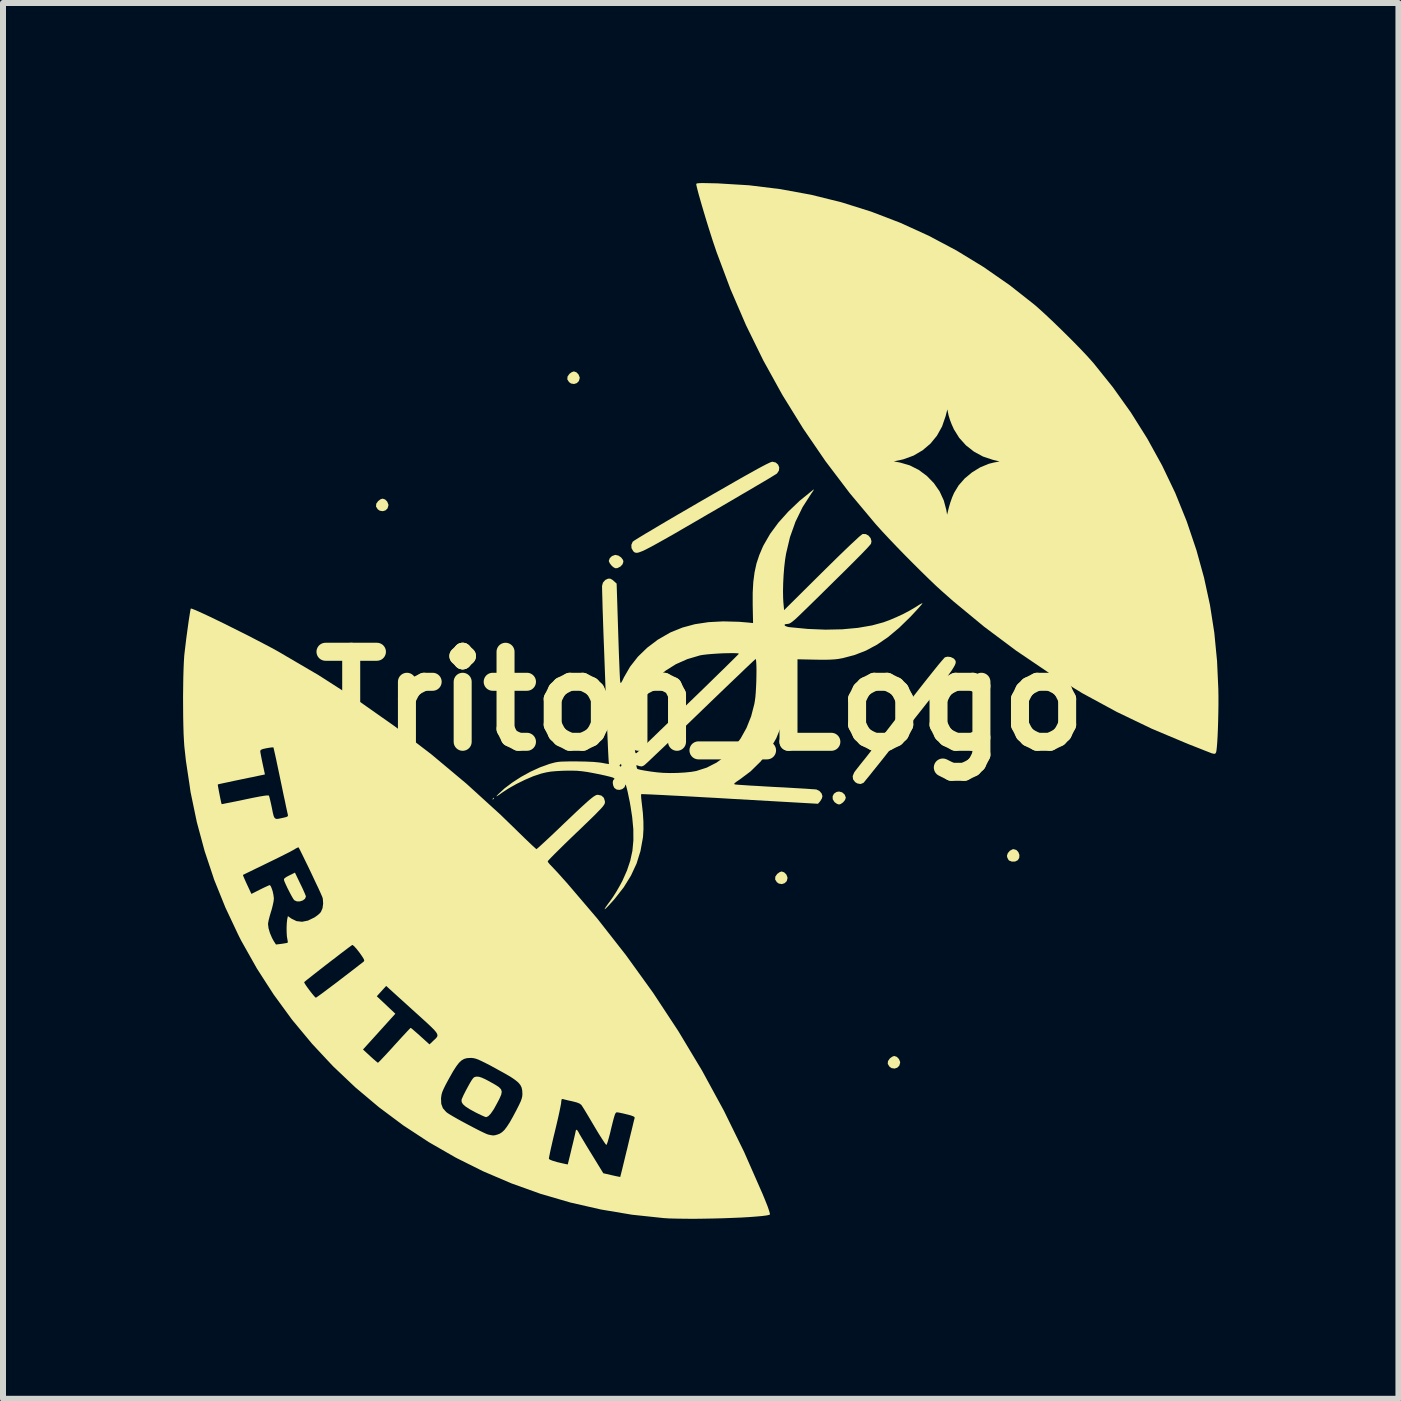
<source format=kicad_pcb>
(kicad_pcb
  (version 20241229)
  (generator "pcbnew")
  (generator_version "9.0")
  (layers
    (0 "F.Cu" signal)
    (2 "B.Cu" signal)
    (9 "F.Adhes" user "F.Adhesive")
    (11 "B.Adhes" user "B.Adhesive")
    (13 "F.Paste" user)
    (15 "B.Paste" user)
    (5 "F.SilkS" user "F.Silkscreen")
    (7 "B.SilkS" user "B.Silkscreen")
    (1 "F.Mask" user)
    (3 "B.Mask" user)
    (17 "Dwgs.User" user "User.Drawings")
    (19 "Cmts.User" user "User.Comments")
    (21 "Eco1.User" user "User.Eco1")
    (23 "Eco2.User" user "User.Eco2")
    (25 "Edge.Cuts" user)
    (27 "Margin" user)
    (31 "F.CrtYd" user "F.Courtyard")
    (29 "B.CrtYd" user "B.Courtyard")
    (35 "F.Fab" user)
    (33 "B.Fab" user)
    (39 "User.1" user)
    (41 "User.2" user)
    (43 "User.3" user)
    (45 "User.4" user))
  (footprint "Triton_Logo"
    (layer "F.Cu")
    (at 8.623 8.631)
    (property "Reference" "Triton_Logo" (at 0 0 0) (layer "F.SilkS") (effects (font (size 1.5 1.5) (thickness 0.3))))
    (attr board_only exclude_from_pos_files exclude_from_bom)
    (fp_poly (pts (xy -3.443 1.62) (xy -3.446 1.626) (xy -3.461 1.641) (xy -3.464 1.642) (xy -3.465 1.632) (xy -3.462 1.626) (xy -3.447 1.61) (xy -3.444 1.61)) (stroke (width 0) (type solid)) (fill yes) (layer "F.SilkS"))
    (fp_poly (pts (xy -5.256 -3.359) (xy -5.221 -3.323) (xy -5.202 -3.275) (xy -5.201 -3.262) (xy -5.215 -3.212) (xy -5.249 -3.178) (xy -5.295 -3.164) (xy -5.345 -3.172) (xy -5.379 -3.195) (xy -5.408 -3.241) (xy -5.404 -3.289) (xy -5.372 -3.333) (xy -5.335 -3.361) (xy -5.301 -3.373) (xy -5.299 -3.373)) (stroke (width 0) (type solid)) (fill yes) (layer "F.SilkS"))
    (fp_poly (pts (xy -2.069 -5.478) (xy -2.034 -5.442) (xy -2.015 -5.394) (xy -2.014 -5.382) (xy -2.028 -5.332) (xy -2.062 -5.298) (xy -2.108 -5.283) (xy -2.158 -5.291) (xy -2.192 -5.315) (xy -2.221 -5.36) (xy -2.217 -5.408) (xy -2.185 -5.453) (xy -2.148 -5.48) (xy -2.114 -5.492) (xy -2.112 -5.493)) (stroke (width 0) (type solid)) (fill yes) (layer "F.SilkS"))
    (fp_poly (pts (xy 1.393 2.854) (xy 1.429 2.89) (xy 1.447 2.937) (xy 1.448 2.95) (xy 1.435 3) (xy 1.4 3.034) (xy 1.354 3.049) (xy 1.304 3.041) (xy 1.27 3.017) (xy 1.242 2.972) (xy 1.245 2.924) (xy 1.277 2.879) (xy 1.314 2.852) (xy 1.348 2.839) (xy 1.35 2.839)) (stroke (width 0) (type solid)) (fill yes) (layer "F.SilkS"))
    (fp_poly (pts (xy 3.27 5.928) (xy 3.305 5.964) (xy 3.324 6.011) (xy 3.325 6.024) (xy 3.311 6.074) (xy 3.277 6.108) (xy 3.231 6.123) (xy 3.181 6.115) (xy 3.147 6.091) (xy 3.118 6.045) (xy 3.122 5.998) (xy 3.154 5.953) (xy 3.191 5.926) (xy 3.225 5.913) (xy 3.227 5.913)) (stroke (width 0) (type solid)) (fill yes) (layer "F.SilkS"))
    (fp_poly (pts (xy 5.261 2.481) (xy 5.294 2.516) (xy 5.312 2.563) (xy 5.309 2.612) (xy 5.285 2.651) (xy 5.241 2.673) (xy 5.188 2.675) (xy 5.142 2.658) (xy 5.131 2.648) (xy 5.11 2.608) (xy 5.104 2.578) (xy 5.118 2.534) (xy 5.152 2.494) (xy 5.196 2.47) (xy 5.215 2.467)) (stroke (width 0) (type solid)) (fill yes) (layer "F.SilkS"))
    (fp_poly (pts (xy 2.359 1.521) (xy 2.399 1.556) (xy 2.418 1.603) (xy 2.419 1.612) (xy 2.405 1.65) (xy 2.373 1.688) (xy 2.334 1.715) (xy 2.305 1.723) (xy 2.272 1.712) (xy 2.234 1.685) (xy 2.23 1.682) (xy 2.201 1.634) (xy 2.2 1.585) (xy 2.222 1.543) (xy 2.265 1.514) (xy 2.307 1.507)) (stroke (width 0) (type solid)) (fill yes) (layer "F.SilkS"))
    (fp_poly (pts (xy -1.367 -2.423) (xy -1.323 -2.392) (xy -1.293 -2.352) (xy -1.286 -2.324) (xy -1.3 -2.28) (xy -1.337 -2.24) (xy -1.386 -2.216) (xy -1.387 -2.215) (xy -1.422 -2.214) (xy -1.454 -2.231) (xy -1.48 -2.254) (xy -1.511 -2.292) (xy -1.528 -2.328) (xy -1.529 -2.337) (xy -1.514 -2.38) (xy -1.477 -2.416) (xy -1.428 -2.434) (xy -1.415 -2.435)) (stroke (width 0) (type solid)) (fill yes) (layer "F.SilkS"))
    (fp_poly (pts (xy -6.668 3.047) (xy -6.633 3.119) (xy -6.605 3.182) (xy -6.585 3.229) (xy -6.576 3.254) (xy -6.576 3.256) (xy -6.591 3.293) (xy -6.627 3.321) (xy -6.675 3.337) (xy -6.725 3.338) (xy -6.766 3.32) (xy -6.774 3.313) (xy -6.793 3.285) (xy -6.821 3.236) (xy -6.853 3.175) (xy -6.886 3.11) (xy -6.914 3.05) (xy -6.934 3.004) (xy -6.939 2.99) (xy -6.942 2.968) (xy -6.93 2.95) (xy -6.899 2.929) (xy -6.855 2.906) (xy -6.759 2.858)) (stroke (width 0) (type solid)) (fill yes) (layer "F.SilkS"))
    (fp_poly (pts (xy -3.695 6.259) (xy -3.652 6.272) (xy -3.595 6.297) (xy -3.517 6.338) (xy -3.503 6.346) (xy -3.418 6.394) (xy -3.359 6.433) (xy -3.325 6.469) (xy -3.313 6.509) (xy -3.322 6.557) (xy -3.35 6.622) (xy -3.388 6.695) (xy -3.445 6.799) (xy -3.495 6.872) (xy -3.537 6.916) (xy -3.572 6.932) (xy -3.575 6.932) (xy -3.597 6.925) (xy -3.641 6.906) (xy -3.7 6.878) (xy -3.756 6.85) (xy -3.851 6.798) (xy -3.918 6.754) (xy -3.96 6.716) (xy -3.981 6.68) (xy -3.983 6.644) (xy -3.983 6.642) (xy -3.971 6.612) (xy -3.948 6.561) (xy -3.915 6.496) (xy -3.88 6.431) (xy -3.84 6.359) (xy -3.81 6.31) (xy -3.788 6.281) (xy -3.768 6.265) (xy -3.747 6.259) (xy -3.729 6.257)) (stroke (width 0) (type solid)) (fill yes) (layer "F.SilkS"))
    (fp_poly (pts (xy 1.252 -3.975) (xy 1.291 -3.94) (xy 1.31 -3.893) (xy 1.305 -3.841) (xy 1.274 -3.793) (xy 1.273 -3.792) (xy 1.255 -3.78) (xy 1.211 -3.753) (xy 1.144 -3.712) (xy 1.055 -3.659) (xy 0.946 -3.595) (xy 0.821 -3.521) (xy 0.68 -3.439) (xy 0.527 -3.349) (xy 0.363 -3.253) (xy 0.191 -3.153) (xy 0.128 -3.117) (xy -0.081 -2.995) (xy -0.264 -2.889) (xy -0.422 -2.797) (xy -0.559 -2.719) (xy -0.675 -2.654) (xy -0.772 -2.6) (xy -0.852 -2.557) (xy -0.918 -2.523) (xy -0.97 -2.499) (xy -1.011 -2.483) (xy -1.043 -2.473) (xy -1.067 -2.47) (xy -1.086 -2.473) (xy -1.101 -2.479) (xy -1.114 -2.489) (xy -1.124 -2.5) (xy -1.151 -2.547) (xy -1.154 -2.603) (xy -1.132 -2.654) (xy -1.128 -2.658) (xy -1.11 -2.671) (xy -1.066 -2.699) (xy -0.998 -2.741) (xy -0.909 -2.795) (xy -0.8 -2.859) (xy -0.675 -2.934) (xy -0.534 -3.017) (xy -0.38 -3.107) (xy -0.216 -3.202) (xy -0.043 -3.303) (xy 0.021 -3.34) (xy 0.236 -3.464) (xy 0.425 -3.572) (xy 0.588 -3.666) (xy 0.729 -3.746) (xy 0.848 -3.812) (xy 0.946 -3.867) (xy 1.026 -3.91) (xy 1.089 -3.943) (xy 1.137 -3.966) (xy 1.17 -3.981) (xy 1.192 -3.987) (xy 1.197 -3.988)) (stroke (width 0) (type solid)) (fill yes) (layer "F.SilkS"))
    (fp_poly (pts (xy 4.166 -0.734) (xy 4.211 -0.713) (xy 4.218 -0.708) (xy 4.232 -0.694) (xy 4.242 -0.68) (xy 4.249 -0.666) (xy 4.251 -0.648) (xy 4.247 -0.625) (xy 4.235 -0.596) (xy 4.214 -0.559) (xy 4.184 -0.511) (xy 4.142 -0.452) (xy 4.089 -0.379) (xy 4.022 -0.291) (xy 3.94 -0.185) (xy 3.843 -0.06) (xy 3.729 0.085) (xy 3.597 0.252) (xy 3.496 0.38) (xy 3.374 0.535) (xy 3.258 0.682) (xy 3.148 0.821) (xy 3.048 0.948) (xy 2.957 1.062) (xy 2.878 1.16) (xy 2.813 1.242) (xy 2.762 1.304) (xy 2.729 1.345) (xy 2.713 1.363) (xy 2.713 1.363) (xy 2.665 1.382) (xy 2.611 1.372) (xy 2.575 1.35) (xy 2.54 1.304) (xy 2.534 1.25) (xy 2.558 1.191) (xy 2.559 1.189) (xy 2.58 1.16) (xy 2.616 1.114) (xy 2.662 1.055) (xy 2.71 0.995) (xy 2.749 0.947) (xy 2.804 0.877) (xy 2.872 0.789) (xy 2.951 0.688) (xy 3.037 0.576) (xy 3.127 0.46) (xy 3.219 0.341) (xy 3.22 0.34) (xy 3.33 0.196) (xy 3.44 0.055) (xy 3.547 -0.081) (xy 3.649 -0.211) (xy 3.744 -0.332) (xy 3.831 -0.441) (xy 3.907 -0.536) (xy 3.971 -0.615) (xy 4.021 -0.674) (xy 4.055 -0.713) (xy 4.07 -0.729) (xy 4.114 -0.74)) (stroke (width 0) (type solid)) (fill yes) (layer "F.SilkS"))
    (fp_poly (pts (xy 0.087 -8.63) (xy 0.181 -8.628) (xy 0.279 -8.626) (xy 0.807 -8.594) (xy 1.328 -8.53) (xy 1.841 -8.436) (xy 2.346 -8.311) (xy 2.842 -8.155) (xy 3.327 -7.969) (xy 3.801 -7.753) (xy 4.264 -7.507) (xy 4.713 -7.233) (xy 5.149 -6.93) (xy 5.558 -6.608) (xy 5.643 -6.534) (xy 5.745 -6.441) (xy 5.859 -6.334) (xy 5.98 -6.217) (xy 6.103 -6.096) (xy 6.224 -5.975) (xy 6.337 -5.859) (xy 6.437 -5.753) (xy 6.52 -5.661) (xy 6.547 -5.63) (xy 6.869 -5.229) (xy 7.168 -4.81) (xy 7.442 -4.374) (xy 7.689 -3.926) (xy 7.908 -3.468) (xy 8.096 -3.003) (xy 8.107 -2.972) (xy 8.262 -2.512) (xy 8.388 -2.056) (xy 8.487 -1.6) (xy 8.559 -1.139) (xy 8.605 -0.665) (xy 8.626 -0.202) (xy 8.628 -0.076) (xy 8.628 0.058) (xy 8.626 0.195) (xy 8.623 0.331) (xy 8.619 0.462) (xy 8.614 0.581) (xy 8.608 0.686) (xy 8.601 0.771) (xy 8.594 0.83) (xy 8.589 0.853) (xy 8.577 0.874) (xy 8.555 0.879) (xy 8.514 0.869) (xy 8.486 0.858) (xy 8.453 0.845) (xy 8.396 0.823) (xy 8.321 0.793) (xy 8.232 0.758) (xy 8.135 0.72) (xy 8.122 0.715) (xy 7.52 0.462) (xy 6.933 0.18) (xy 6.36 -0.131) (xy 5.801 -0.472) (xy 5.256 -0.841) (xy 4.724 -1.239) (xy 4.206 -1.667) (xy 4.023 -1.829) (xy 3.923 -1.92) (xy 3.807 -2.031) (xy 3.678 -2.157) (xy 3.543 -2.291) (xy 3.405 -2.43) (xy 3.27 -2.569) (xy 3.143 -2.702) (xy 3.028 -2.825) (xy 2.931 -2.933) (xy 2.913 -2.953) (xy 2.485 -3.464) (xy 2.084 -3.993) (xy 2.083 -3.994) (xy 3.219 -3.994) (xy 3.325 -3.974) (xy 3.485 -3.927) (xy 3.634 -3.852) (xy 3.769 -3.752) (xy 3.886 -3.632) (xy 3.982 -3.494) (xy 4.052 -3.342) (xy 4.095 -3.181) (xy 4.095 -3.177) (xy 4.107 -3.106) (xy 4.137 -3.228) (xy 4.16 -3.306) (xy 4.191 -3.394) (xy 4.223 -3.468) (xy 4.299 -3.594) (xy 4.401 -3.71) (xy 4.523 -3.811) (xy 4.658 -3.894) (xy 4.8 -3.953) (xy 4.883 -3.974) (xy 4.981 -3.993) (xy 4.869 -4.02) (xy 4.706 -4.074) (xy 4.555 -4.156) (xy 4.421 -4.261) (xy 4.308 -4.387) (xy 4.219 -4.53) (xy 4.216 -4.538) (xy 4.183 -4.611) (xy 4.154 -4.687) (xy 4.134 -4.752) (xy 4.13 -4.767) (xy 4.111 -4.86) (xy 4.082 -4.746) (xy 4.023 -4.575) (xy 3.938 -4.422) (xy 3.829 -4.289) (xy 3.698 -4.178) (xy 3.548 -4.09) (xy 3.381 -4.029) (xy 3.317 -4.014) (xy 3.219 -3.994) (xy 2.083 -3.994) (xy 1.71 -4.539) (xy 1.363 -5.1) (xy 1.045 -5.675) (xy 0.756 -6.264) (xy 0.497 -6.865) (xy 0.267 -7.478) (xy 0.241 -7.555) (xy 0.207 -7.655) (xy 0.171 -7.767) (xy 0.133 -7.887) (xy 0.095 -8.01) (xy 0.058 -8.133) (xy 0.023 -8.251) (xy -0.008 -8.359) (xy -0.035 -8.454) (xy -0.055 -8.531) (xy -0.068 -8.585) (xy -0.073 -8.613) (xy -0.069 -8.621) (xy -0.055 -8.626) (xy -0.026 -8.629) (xy 0.02 -8.631)) (stroke (width 0) (type solid)) (fill yes) (layer "F.SilkS"))
    (fp_poly (pts (xy 1.887 -3.523) (xy 1.873 -3.499) (xy 1.846 -3.46) (xy 1.842 -3.454) (xy 1.699 -3.231) (xy 1.581 -2.989) (xy 1.489 -2.731) (xy 1.424 -2.456) (xy 1.408 -2.357) (xy 1.394 -2.238) (xy 1.383 -2.104) (xy 1.376 -1.966) (xy 1.373 -1.833) (xy 1.375 -1.716) (xy 1.379 -1.647) (xy 1.391 -1.515) (xy 2.025 -2.144) (xy 2.165 -2.282) (xy 2.291 -2.406) (xy 2.404 -2.515) (xy 2.5 -2.607) (xy 2.58 -2.681) (xy 2.64 -2.737) (xy 2.682 -2.771) (xy 2.701 -2.784) (xy 2.753 -2.782) (xy 2.799 -2.756) (xy 2.833 -2.714) (xy 2.847 -2.663) (xy 2.84 -2.625) (xy 2.832 -2.612) (xy 2.813 -2.59) (xy 2.783 -2.556) (xy 2.739 -2.51) (xy 2.682 -2.451) (xy 2.61 -2.378) (xy 2.521 -2.289) (xy 2.415 -2.183) (xy 2.29 -2.06) (xy 2.145 -1.917) (xy 1.98 -1.754) (xy 1.792 -1.57) (xy 1.787 -1.565) (xy 1.696 -1.477) (xy 1.626 -1.409) (xy 1.572 -1.359) (xy 1.531 -1.325) (xy 1.5 -1.303) (xy 1.477 -1.291) (xy 1.457 -1.286) (xy 1.451 -1.286) (xy 1.41 -1.281) (xy 1.397 -1.268) (xy 1.41 -1.252) (xy 1.446 -1.238) (xy 1.476 -1.232) (xy 1.786 -1.202) (xy 2.082 -1.19) (xy 2.361 -1.196) (xy 2.621 -1.22) (xy 2.858 -1.261) (xy 3.045 -1.312) (xy 3.149 -1.35) (xy 3.266 -1.4) (xy 3.384 -1.455) (xy 3.493 -1.513) (xy 3.584 -1.567) (xy 3.598 -1.576) (xy 3.645 -1.606) (xy 3.68 -1.625) (xy 3.696 -1.63) (xy 3.697 -1.629) (xy 3.686 -1.613) (xy 3.656 -1.578) (xy 3.611 -1.528) (xy 3.554 -1.466) (xy 3.493 -1.401) (xy 3.306 -1.219) (xy 3.123 -1.066) (xy 2.941 -0.941) (xy 2.757 -0.842) (xy 2.567 -0.768) (xy 2.37 -0.716) (xy 2.343 -0.711) (xy 2.288 -0.701) (xy 2.231 -0.695) (xy 2.167 -0.691) (xy 2.089 -0.689) (xy 1.992 -0.689) (xy 1.87 -0.691) (xy 1.827 -0.692) (xy 1.453 -0.7) (xy 1.453 -0.382) (xy 1.45 -0.205) (xy 1.442 -0.052) (xy 1.427 0.083) (xy 1.405 0.207) (xy 1.374 0.327) (xy 1.349 0.404) (xy 1.26 0.621) (xy 1.143 0.823) (xy 1 1.007) (xy 0.833 1.171) (xy 0.657 1.303) (xy 0.601 1.341) (xy 0.57 1.365) (xy 0.559 1.379) (xy 0.566 1.387) (xy 0.576 1.389) (xy 0.601 1.392) (xy 0.653 1.396) (xy 0.731 1.401) (xy 0.83 1.408) (xy 0.946 1.414) (xy 1.076 1.422) (xy 1.216 1.43) (xy 1.254 1.432) (xy 1.396 1.439) (xy 1.529 1.447) (xy 1.649 1.454) (xy 1.752 1.46) (xy 1.835 1.466) (xy 1.895 1.47) (xy 1.926 1.473) (xy 1.93 1.473) (xy 1.979 1.497) (xy 2.015 1.537) (xy 2.03 1.584) (xy 2.03 1.585) (xy 2.02 1.624) (xy 1.995 1.665) (xy 1.993 1.668) (xy 1.956 1.711) (xy 0.487 1.627) (xy 0.272 1.614) (xy 0.066 1.603) (xy -0.128 1.592) (xy -0.308 1.582) (xy -0.472 1.574) (xy -0.618 1.566) (xy -0.743 1.56) (xy -0.845 1.555) (xy -0.921 1.552) (xy -0.97 1.55) (xy -0.99 1.551) (xy -0.99 1.551) (xy -0.992 1.57) (xy -0.99 1.612) (xy -0.984 1.671) (xy -0.981 1.694) (xy -0.962 1.863) (xy -0.953 2.008) (xy -0.952 2.136) (xy -0.959 2.254) (xy -0.962 2.28) (xy -1.002 2.499) (xy -1.067 2.707) (xy -1.16 2.907) (xy -1.281 3.103) (xy -1.433 3.297) (xy -1.472 3.341) (xy -1.533 3.408) (xy -1.575 3.451) (xy -1.597 3.469) (xy -1.598 3.462) (xy -1.579 3.43) (xy -1.539 3.374) (xy -1.511 3.337) (xy -1.457 3.26) (xy -1.398 3.166) (xy -1.342 3.068) (xy -1.302 2.993) (xy -1.227 2.824) (xy -1.172 2.66) (xy -1.136 2.494) (xy -1.12 2.321) (xy -1.121 2.135) (xy -1.14 1.932) (xy -1.166 1.763) (xy -1.18 1.681) (xy -1.197 1.6) (xy -1.212 1.526) (xy -1.227 1.463) (xy -1.24 1.416) (xy -1.248 1.391) (xy -1.252 1.392) (xy -1.252 1.393) (xy -1.268 1.436) (xy -1.304 1.466) (xy -1.351 1.48) (xy -1.399 1.474) (xy -1.437 1.447) (xy -1.439 1.444) (xy -1.457 1.404) (xy -1.464 1.359) (xy -1.458 1.323) (xy -1.448 1.31) (xy -1.435 1.298) (xy -1.439 1.286) (xy -1.465 1.273) (xy -1.515 1.259) (xy -1.593 1.24) (xy -1.63 1.232) (xy -1.765 1.204) (xy -1.877 1.183) (xy -1.974 1.169) (xy -2.064 1.161) (xy -2.154 1.159) (xy -2.254 1.16) (xy -2.297 1.161) (xy -2.408 1.167) (xy -2.497 1.175) (xy -2.573 1.188) (xy -2.648 1.206) (xy -2.669 1.212) (xy -2.793 1.254) (xy -2.93 1.313) (xy -3.07 1.382) (xy -3.201 1.456) (xy -3.302 1.522) (xy -3.358 1.562) (xy -3.391 1.583) (xy -3.402 1.588) (xy -3.395 1.577) (xy -3.373 1.553) (xy -3.267 1.455) (xy -3.137 1.357) (xy -2.99 1.262) (xy -2.833 1.176) (xy -2.676 1.104) (xy -2.6 1.077) (xy -1.351 1.077) (xy -1.339 1.092) (xy -1.335 1.092) (xy -1.321 1.079) (xy -1.32 1.074) (xy -1.072 1.074) (xy -1.069 1.086) (xy -1.061 1.116) (xy -1.06 1.124) (xy -1.044 1.134) (xy -0.999 1.146) (xy -0.927 1.159) (xy -0.832 1.174) (xy -0.72 1.188) (xy -0.621 1.196) (xy -0.505 1.199) (xy -0.382 1.197) (xy -0.262 1.19) (xy -0.154 1.179) (xy -0.073 1.165) (xy 0.102 1.109) (xy 0.266 1.025) (xy 0.416 0.915) (xy 0.55 0.78) (xy 0.667 0.623) (xy 0.765 0.447) (xy 0.842 0.254) (xy 0.896 0.045) (xy 0.905 -0.009) (xy 0.913 -0.069) (xy 0.919 -0.144) (xy 0.924 -0.231) (xy 0.928 -0.324) (xy 0.93 -0.417) (xy 0.931 -0.506) (xy 0.93 -0.584) (xy 0.927 -0.646) (xy 0.923 -0.687) (xy 0.917 -0.701) (xy 0.916 -0.701) (xy 0.903 -0.689) (xy 0.868 -0.657) (xy 0.813 -0.605) (xy 0.74 -0.536) (xy 0.652 -0.451) (xy 0.549 -0.353) (xy 0.434 -0.243) (xy 0.308 -0.122) (xy 0.173 0.008) (xy 0.031 0.145) (xy 0.000245 0.175) (xy -0.143 0.313) (xy -0.281 0.446) (xy -0.411 0.57) (xy -0.531 0.685) (xy -0.639 0.788) (xy -0.734 0.878) (xy -0.813 0.953) (xy -0.875 1.012) (xy -0.918 1.051) (xy -0.94 1.07) (xy -0.942 1.072) (xy -0.979 1.089) (xy -1.017 1.084) (xy -1.03 1.08) (xy -1.063 1.069) (xy -1.072 1.074) (xy -1.32 1.074) (xy -1.319 1.067) (xy -1.326 1.05) (xy -1.335 1.052) (xy -1.35 1.072) (xy -1.351 1.077) (xy -2.6 1.077) (xy -2.524 1.049) (xy -2.524 1.049) (xy -2.471 1.034) (xy -2.424 1.022) (xy -2.379 1.014) (xy -2.327 1.009) (xy -2.262 1.007) (xy -2.178 1.005) (xy -2.071 1.005) (xy -1.91 1.008) (xy -1.779 1.014) (xy -1.679 1.024) (xy -1.639 1.03) (xy -1.577 1.042) (xy -1.541 1.047) (xy -1.526 1.045) (xy -1.525 1.036) (xy -1.529 1.027) (xy -1.531 1.009) (xy -1.534 0.961) (xy -1.538 0.886) (xy -1.543 0.787) (xy -1.548 0.667) (xy -1.549 0.653) (xy -1.106 0.653) (xy -1.103 0.736) (xy -1.101 0.758) (xy -1.094 0.82) (xy -1.088 0.856) (xy -1.08 0.869) (xy -1.068 0.866) (xy -1.063 0.862) (xy -1.047 0.848) (xy -1.01 0.813) (xy -0.954 0.759) (xy -0.88 0.688) (xy -0.79 0.602) (xy -0.687 0.502) (xy -0.572 0.391) (xy -0.447 0.271) (xy -0.315 0.143) (xy -0.203 0.034) (xy -0.066 -0.098) (xy 0.065 -0.225) (xy 0.186 -0.343) (xy 0.297 -0.452) (xy 0.396 -0.548) (xy 0.48 -0.631) (xy 0.548 -0.698) (xy 0.598 -0.748) (xy 0.629 -0.779) (xy 0.637 -0.789) (xy 0.625 -0.795) (xy 0.586 -0.798) (xy 0.526 -0.799) (xy 0.45 -0.798) (xy 0.365 -0.796) (xy 0.276 -0.791) (xy 0.188 -0.785) (xy 0.108 -0.778) (xy 0.04 -0.77) (xy -0.008 -0.762) (xy -0.221 -0.699) (xy -0.413 -0.614) (xy -0.589 -0.503) (xy -0.752 -0.364) (xy -0.78 -0.336) (xy -0.89 -0.205) (xy -0.977 -0.058) (xy -1.041 0.109) (xy -1.083 0.296) (xy -1.102 0.472) (xy -1.106 0.56) (xy -1.106 0.653) (xy -1.549 0.653) (xy -1.554 0.529) (xy -1.56 0.375) (xy -1.567 0.208) (xy -1.574 0.031) (xy -1.582 -0.153) (xy -1.589 -0.341) (xy -1.596 -0.532) (xy -1.603 -0.721) (xy -1.61 -0.906) (xy -1.617 -1.085) (xy -1.623 -1.254) (xy -1.628 -1.411) (xy -1.633 -1.552) (xy -1.636 -1.677) (xy -1.639 -1.78) (xy -1.641 -1.86) (xy -1.642 -1.914) (xy -1.642 -1.919) (xy -1.627 -1.974) (xy -1.588 -2.018) (xy -1.543 -2.039) (xy -1.506 -2.04) (xy -1.469 -2.02) (xy -1.449 -2.003) (xy -1.399 -1.958) (xy -1.374 -1.173) (xy -1.369 -1.015) (xy -1.364 -0.865) (xy -1.359 -0.727) (xy -1.354 -0.605) (xy -1.35 -0.501) (xy -1.346 -0.419) (xy -1.343 -0.362) (xy -1.341 -0.335) (xy -1.341 -0.334) (xy -1.336 -0.309) (xy -1.33 -0.3) (xy -1.32 -0.312) (xy -1.301 -0.346) (xy -1.276 -0.398) (xy -1.174 -0.574) (xy -1.045 -0.739) (xy -0.89 -0.889) (xy -0.713 -1.023) (xy -0.517 -1.136) (xy -0.493 -1.148) (xy -0.302 -1.225) (xy -0.095 -1.281) (xy 0.13 -1.315) (xy 0.375 -1.328) (xy 0.642 -1.321) (xy 0.785 -1.309) (xy 0.874 -1.3) (xy 0.868 -1.6) (xy 0.868 -1.805) (xy 0.878 -1.985) (xy 0.899 -2.145) (xy 0.931 -2.292) (xy 0.977 -2.431) (xy 1.036 -2.57) (xy 1.052 -2.602) (xy 1.159 -2.787) (xy 1.296 -2.973) (xy 1.461 -3.157) (xy 1.65 -3.337) (xy 1.862 -3.509) (xy 1.884 -3.526)) (stroke (width 0) (type solid)) (fill yes) (layer "F.SilkS"))
    (fp_poly (pts (xy -8.476 -1.539) (xy -8.433 -1.522) (xy -8.367 -1.494) (xy -8.282 -1.455) (xy -8.181 -1.408) (xy -8.067 -1.353) (xy -7.943 -1.293) (xy -7.813 -1.228) (xy -7.679 -1.161) (xy -7.545 -1.094) (xy -7.414 -1.026) (xy -7.289 -0.961) (xy -7.173 -0.9) (xy -7.07 -0.844) (xy -7.038 -0.826) (xy -6.367 -0.433) (xy -5.718 -0.017) (xy -5.091 0.424) (xy -4.485 0.888) (xy -3.901 1.377) (xy -3.337 1.89) (xy -3.105 2.115) (xy -3.016 2.202) (xy -2.935 2.281) (xy -2.863 2.35) (xy -2.805 2.405) (xy -2.762 2.444) (xy -2.739 2.465) (xy -2.735 2.467) (xy -2.721 2.456) (xy -2.686 2.426) (xy -2.635 2.379) (xy -2.57 2.319) (xy -2.494 2.248) (xy -2.421 2.179) (xy -2.28 2.044) (xy -2.161 1.931) (xy -2.061 1.836) (xy -1.978 1.759) (xy -1.911 1.698) (xy -1.857 1.65) (xy -1.814 1.615) (xy -1.781 1.59) (xy -1.755 1.574) (xy -1.735 1.565) (xy -1.718 1.562) (xy -1.711 1.561) (xy -1.652 1.575) (xy -1.611 1.613) (xy -1.594 1.671) (xy -1.594 1.681) (xy -1.595 1.697) (xy -1.6 1.713) (xy -1.612 1.733) (xy -1.631 1.759) (xy -1.661 1.793) (xy -1.704 1.837) (xy -1.76 1.895) (xy -1.834 1.967) (xy -1.926 2.056) (xy -2.039 2.165) (xy -2.071 2.195) (xy -2.174 2.294) (xy -2.27 2.387) (xy -2.355 2.471) (xy -2.428 2.543) (xy -2.486 2.602) (xy -2.526 2.644) (xy -2.546 2.667) (xy -2.548 2.67) (xy -2.537 2.691) (xy -2.51 2.723) (xy -2.498 2.735) (xy -2.472 2.762) (xy -2.429 2.808) (xy -2.372 2.869) (xy -2.307 2.942) (xy -2.237 3.02) (xy -2.225 3.033) (xy -1.72 3.625) (xy -1.243 4.234) (xy -0.793 4.858) (xy -0.371 5.499) (xy 0.023 6.155) (xy 0.388 6.825) (xy 0.724 7.51) (xy 1.031 8.208) (xy 1.074 8.312) (xy 1.115 8.415) (xy 1.141 8.49) (xy 1.154 8.537) (xy 1.153 8.558) (xy 1.152 8.558) (xy 1.105 8.569) (xy 1.03 8.579) (xy 0.93 8.588) (xy 0.81 8.597) (xy 0.674 8.605) (xy 0.525 8.611) (xy 0.369 8.617) (xy 0.208 8.621) (xy 0.047 8.624) (xy -0.11 8.626) (xy -0.259 8.625) (xy -0.396 8.623) (xy -0.517 8.62) (xy -0.615 8.614) (xy -1.142 8.558) (xy -1.66 8.471) (xy -2.168 8.355) (xy -2.666 8.21) (xy -3.151 8.036) (xy -3.624 7.834) (xy -4.041 7.626) (xy -2.528 7.626) (xy -2.528 7.626) (xy -2.51 7.641) (xy -2.464 7.659) (xy -2.394 7.68) (xy -2.37 7.686) (xy -2.305 7.701) (xy -2.252 7.713) (xy -2.221 7.719) (xy -2.214 7.72) (xy -2.209 7.704) (xy -2.199 7.662) (xy -2.184 7.602) (xy -2.166 7.528) (xy -2.147 7.447) (xy -2.127 7.366) (xy -2.109 7.29) (xy -2.094 7.225) (xy -2.084 7.178) (xy -2.079 7.155) (xy -2.079 7.154) (xy -2.072 7.141) (xy -2.055 7.151) (xy -2.036 7.179) (xy -2.032 7.187) (xy -2.018 7.214) (xy -1.989 7.263) (xy -1.949 7.33) (xy -1.9 7.412) (xy -1.845 7.502) (xy -1.816 7.549) (xy -1.621 7.867) (xy -1.482 7.899) (xy -1.42 7.913) (xy -1.371 7.923) (xy -1.343 7.928) (xy -1.339 7.928) (xy -1.335 7.912) (xy -1.324 7.869) (xy -1.307 7.802) (xy -1.286 7.715) (xy -1.261 7.612) (xy -1.233 7.496) (xy -1.221 7.449) (xy -1.193 7.329) (xy -1.166 7.218) (xy -1.142 7.121) (xy -1.123 7.041) (xy -1.109 6.983) (xy -1.1 6.951) (xy -1.099 6.947) (xy -1.101 6.932) (xy -1.12 6.919) (xy -1.16 6.904) (xy -1.227 6.886) (xy -1.229 6.886) (xy -1.294 6.87) (xy -1.351 6.858) (xy -1.389 6.852) (xy -1.396 6.852) (xy -1.408 6.856) (xy -1.42 6.871) (xy -1.432 6.901) (xy -1.447 6.951) (xy -1.466 7.024) (xy -1.49 7.121) (xy -1.511 7.21) (xy -1.532 7.287) (xy -1.549 7.347) (xy -1.563 7.385) (xy -1.569 7.395) (xy -1.582 7.383) (xy -1.608 7.347) (xy -1.645 7.29) (xy -1.691 7.218) (xy -1.743 7.132) (xy -1.772 7.083) (xy -1.827 6.99) (xy -1.878 6.904) (xy -1.922 6.831) (xy -1.957 6.774) (xy -1.98 6.739) (xy -1.985 6.731) (xy -2.013 6.708) (xy -2.061 6.688) (xy -2.134 6.669) (xy -2.147 6.666) (xy -2.211 6.652) (xy -2.264 6.639) (xy -2.296 6.631) (xy -2.301 6.629) (xy -2.316 6.636) (xy -2.322 6.673) (xy -2.322 6.676) (xy -2.325 6.706) (xy -2.336 6.763) (xy -2.352 6.842) (xy -2.373 6.938) (xy -2.398 7.046) (xy -2.426 7.163) (xy -2.427 7.168) (xy -2.455 7.282) (xy -2.479 7.387) (xy -2.5 7.479) (xy -2.515 7.552) (xy -2.525 7.602) (xy -2.528 7.626) (xy -4.041 7.626) (xy -4.082 7.605) (xy -4.526 7.35) (xy -4.953 7.07) (xy -5.362 6.765) (xy -5.534 6.62) (xy -4.325 6.62) (xy -4.321 6.711) (xy -4.294 6.784) (xy -4.24 6.845) (xy -4.219 6.862) (xy -4.18 6.887) (xy -4.121 6.922) (xy -4.046 6.965) (xy -3.96 7.012) (xy -3.87 7.06) (xy -3.781 7.107) (xy -3.698 7.15) (xy -3.626 7.185) (xy -3.572 7.21) (xy -3.54 7.222) (xy -3.539 7.222) (xy -3.489 7.233) (xy -3.456 7.237) (xy -3.427 7.234) (xy -3.39 7.224) (xy -3.347 7.208) (xy -3.307 7.182) (xy -3.268 7.145) (xy -3.227 7.091) (xy -3.18 7.019) (xy -3.126 6.923) (xy -3.068 6.814) (xy -3.026 6.731) (xy -2.997 6.669) (xy -2.98 6.621) (xy -2.971 6.581) (xy -2.969 6.543) (xy -2.972 6.488) (xy -2.982 6.44) (xy -3.003 6.397) (xy -3.038 6.355) (xy -3.09 6.312) (xy -3.162 6.263) (xy -3.258 6.207) (xy -3.374 6.143) (xy -3.487 6.081) (xy -3.577 6.034) (xy -3.646 6) (xy -3.7 5.975) (xy -3.743 5.959) (xy -3.779 5.95) (xy -3.812 5.946) (xy -3.84 5.946) (xy -3.893 5.949) (xy -3.94 5.962) (xy -3.983 5.987) (xy -4.026 6.027) (xy -4.071 6.086) (xy -4.123 6.167) (xy -4.183 6.273) (xy -4.208 6.318) (xy -4.253 6.402) (xy -4.284 6.466) (xy -4.305 6.516) (xy -4.317 6.559) (xy -4.323 6.602) (xy -4.325 6.62) (xy -5.534 6.62) (xy -5.754 6.435) (xy -6.125 6.083) (xy -6.385 5.805) (xy -5.625 5.805) (xy -5.506 5.915) (xy -5.455 5.961) (xy -5.412 5.998) (xy -5.384 6.021) (xy -5.376 6.026) (xy -5.362 6.014) (xy -5.33 5.982) (xy -5.283 5.932) (xy -5.223 5.868) (xy -5.154 5.793) (xy -5.102 5.735) (xy -5.028 5.654) (xy -4.962 5.582) (xy -4.906 5.522) (xy -4.864 5.477) (xy -4.837 5.45) (xy -4.83 5.445) (xy -4.815 5.455) (xy -4.782 5.483) (xy -4.734 5.525) (xy -4.676 5.576) (xy -4.669 5.583) (xy -4.517 5.72) (xy -4.453 5.659) (xy -4.425 5.633) (xy -4.403 5.611) (xy -4.389 5.59) (xy -4.384 5.569) (xy -4.39 5.545) (xy -4.408 5.515) (xy -4.441 5.476) (xy -4.49 5.427) (xy -4.557 5.364) (xy -4.644 5.285) (xy -4.752 5.187) (xy -4.8 5.144) (xy -5.239 4.746) (xy -5.317 4.832) (xy -5.395 4.918) (xy -5.24 5.064) (xy -5.086 5.209) (xy -5.355 5.507) (xy -5.625 5.805) (xy -6.385 5.805) (xy -6.476 5.707) (xy -6.806 5.31) (xy -7.112 4.891) (xy -7.246 4.684) (xy -6.606 4.684) (xy -6.598 4.701) (xy -6.576 4.737) (xy -6.543 4.783) (xy -6.505 4.834) (xy -6.468 4.881) (xy -6.436 4.919) (xy -6.415 4.94) (xy -6.41 4.942) (xy -6.395 4.933) (xy -6.357 4.906) (xy -6.3 4.865) (xy -6.227 4.81) (xy -6.142 4.746) (xy -6.047 4.675) (xy -6.014 4.649) (xy -5.916 4.574) (xy -5.827 4.506) (xy -5.748 4.445) (xy -5.684 4.395) (xy -5.637 4.359) (xy -5.612 4.339) (xy -5.61 4.337) (xy -5.604 4.323) (xy -5.612 4.298) (xy -5.635 4.26) (xy -5.676 4.201) (xy -5.688 4.185) (xy -5.733 4.128) (xy -5.771 4.086) (xy -5.797 4.065) (xy -5.805 4.064) (xy -5.827 4.08) (xy -5.871 4.112) (xy -5.93 4.157) (xy -6.003 4.212) (xy -6.084 4.275) (xy -6.171 4.341) (xy -6.259 4.409) (xy -6.345 4.476) (xy -6.424 4.538) (xy -6.494 4.593) (xy -6.55 4.637) (xy -6.588 4.668) (xy -6.605 4.683) (xy -6.606 4.684) (xy -7.246 4.684) (xy -7.395 4.452) (xy -7.653 3.994) (xy -7.701 3.899) (xy -7.917 3.441) (xy -8.105 2.976) (xy -8.131 2.896) (xy -7.625 2.896) (xy -7.621 2.912) (xy -7.605 2.95) (xy -7.581 3.005) (xy -7.557 3.057) (xy -7.484 3.213) (xy -7.338 3.139) (xy -7.275 3.108) (xy -7.223 3.084) (xy -7.189 3.069) (xy -7.179 3.066) (xy -7.164 3.08) (xy -7.147 3.118) (xy -7.13 3.169) (xy -7.118 3.225) (xy -7.111 3.277) (xy -7.11 3.291) (xy -7.115 3.338) (xy -7.129 3.404) (xy -7.148 3.479) (xy -7.159 3.513) (xy -7.18 3.585) (xy -7.197 3.651) (xy -7.206 3.702) (xy -7.207 3.718) (xy -7.199 3.785) (xy -7.175 3.866) (xy -7.141 3.946) (xy -7.115 3.994) (xy -7.075 4.056) (xy -6.984 4.045) (xy -6.932 4.037) (xy -6.894 4.03) (xy -6.881 4.027) (xy -6.878 4.008) (xy -6.884 3.972) (xy -6.885 3.968) (xy -6.893 3.921) (xy -6.897 3.854) (xy -6.898 3.778) (xy -6.895 3.704) (xy -6.889 3.644) (xy -6.886 3.628) (xy -6.876 3.583) (xy -6.817 3.625) (xy -6.733 3.666) (xy -6.64 3.677) (xy -6.541 3.657) (xy -6.436 3.606) (xy -6.428 3.601) (xy -6.379 3.566) (xy -6.339 3.529) (xy -6.325 3.511) (xy -6.299 3.45) (xy -6.289 3.374) (xy -6.294 3.297) (xy -6.301 3.269) (xy -6.312 3.243) (xy -6.334 3.193) (xy -6.365 3.125) (xy -6.404 3.043) (xy -6.447 2.952) (xy -6.492 2.856) (xy -6.538 2.76) (xy -6.583 2.668) (xy -6.623 2.586) (xy -6.657 2.517) (xy -6.682 2.467) (xy -6.697 2.44) (xy -6.699 2.437) (xy -6.715 2.441) (xy -6.748 2.458) (xy -6.766 2.47) (xy -6.797 2.487) (xy -6.852 2.517) (xy -6.928 2.555) (xy -7.019 2.601) (xy -7.121 2.651) (xy -7.224 2.701) (xy -7.328 2.752) (xy -7.422 2.797) (xy -7.503 2.837) (xy -7.566 2.867) (xy -7.608 2.888) (xy -7.625 2.896) (xy -7.625 2.896) (xy -8.131 2.896) (xy -8.263 2.501) (xy -8.394 2.015) (xy -8.498 1.515) (xy -8.516 1.389) (xy -8.044 1.389) (xy -8.043 1.406) (xy -8.036 1.446) (xy -8.026 1.501) (xy -8.014 1.563) (xy -8.002 1.623) (xy -7.991 1.675) (xy -7.983 1.708) (xy -7.98 1.717) (xy -7.963 1.715) (xy -7.92 1.706) (xy -7.853 1.693) (xy -7.768 1.676) (xy -7.669 1.656) (xy -7.59 1.639) (xy -7.456 1.611) (xy -7.352 1.591) (xy -7.275 1.578) (xy -7.225 1.572) (xy -7.198 1.573) (xy -7.193 1.575) (xy -7.185 1.598) (xy -7.173 1.645) (xy -7.158 1.71) (xy -7.143 1.78) (xy -7.127 1.861) (xy -7.113 1.916) (xy -7.097 1.948) (xy -7.075 1.962) (xy -7.04 1.962) (xy -6.99 1.952) (xy -6.962 1.946) (xy -6.907 1.933) (xy -6.88 1.92) (xy -6.875 1.904) (xy -6.875 1.902) (xy -6.88 1.88) (xy -6.891 1.831) (xy -6.907 1.758) (xy -6.926 1.665) (xy -6.95 1.555) (xy -6.975 1.433) (xy -6.997 1.328) (xy -7.024 1.199) (xy -7.049 1.081) (xy -7.071 0.976) (xy -7.09 0.889) (xy -7.105 0.824) (xy -7.114 0.784) (xy -7.118 0.772) (xy -7.136 0.771) (xy -7.177 0.776) (xy -7.231 0.785) (xy -7.292 0.798) (xy -7.325 0.812) (xy -7.337 0.829) (xy -7.337 0.831) (xy -7.334 0.857) (xy -7.325 0.907) (xy -7.312 0.973) (xy -7.298 1.04) (xy -7.259 1.222) (xy -7.294 1.23) (xy -7.32 1.235) (xy -7.372 1.246) (xy -7.445 1.262) (xy -7.536 1.28) (xy -7.637 1.301) (xy -7.684 1.311) (xy -7.787 1.332) (xy -7.878 1.352) (xy -7.954 1.368) (xy -8.009 1.38) (xy -8.04 1.388) (xy -8.044 1.389) (xy -8.516 1.389) (xy -8.575 0.998) (xy -8.602 0.752) (xy -8.608 0.662) (xy -8.614 0.545) (xy -8.618 0.408) (xy -8.621 0.257) (xy -8.622 0.096) (xy -8.623 -0.069) (xy -8.621 -0.231) (xy -8.619 -0.385) (xy -8.615 -0.526) (xy -8.61 -0.647) (xy -8.604 -0.744) (xy -8.602 -0.768) (xy -8.593 -0.847) (xy -8.582 -0.938) (xy -8.57 -1.038) (xy -8.556 -1.141) (xy -8.542 -1.243) (xy -8.529 -1.337) (xy -8.516 -1.42) (xy -8.506 -1.485) (xy -8.498 -1.527) (xy -8.494 -1.542)) (stroke (width 0) (type solid)) (fill yes) (layer "F.SilkS")))
  (gr_rect
    (start -3 -3)
    (end 20.25 20.256)
    (stroke (width 0.1) (type default))
    (fill no)
    (layer "Edge.Cuts")))
</source>
